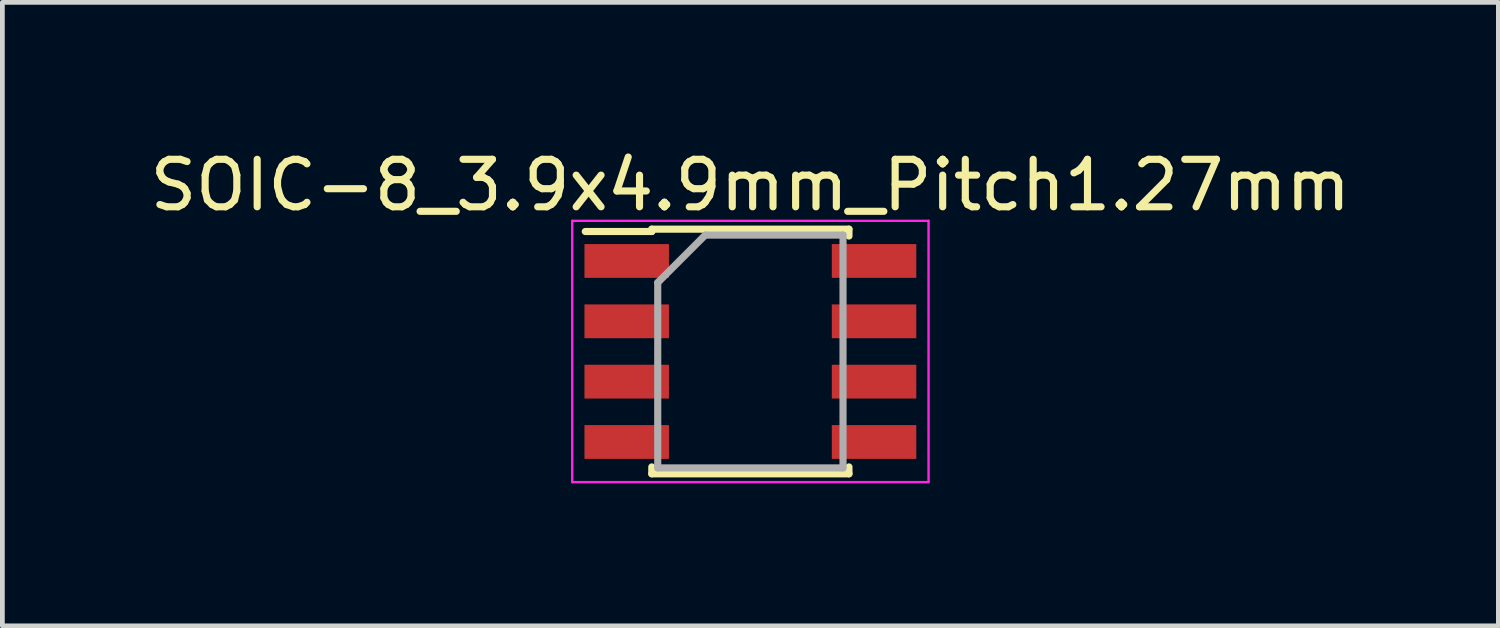
<source format=kicad_pcb>
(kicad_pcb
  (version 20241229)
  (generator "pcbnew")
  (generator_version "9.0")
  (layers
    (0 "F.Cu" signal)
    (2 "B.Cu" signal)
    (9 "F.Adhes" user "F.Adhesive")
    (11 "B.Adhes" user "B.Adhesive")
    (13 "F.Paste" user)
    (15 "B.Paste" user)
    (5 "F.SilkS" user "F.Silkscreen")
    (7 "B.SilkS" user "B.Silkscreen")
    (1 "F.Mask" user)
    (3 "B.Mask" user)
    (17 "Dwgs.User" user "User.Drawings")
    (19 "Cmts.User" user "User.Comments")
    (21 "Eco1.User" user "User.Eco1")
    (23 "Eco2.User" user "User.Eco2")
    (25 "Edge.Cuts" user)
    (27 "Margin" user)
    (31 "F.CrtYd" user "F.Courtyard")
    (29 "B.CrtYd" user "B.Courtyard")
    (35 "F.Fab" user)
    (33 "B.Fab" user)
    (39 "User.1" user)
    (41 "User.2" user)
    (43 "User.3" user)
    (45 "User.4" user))
  (footprint "SOIC-8_3.9x4.9mm_Pitch1.27mm"
    (layer "F.Cu")
    (at 12.744 4.348)
    (property "Reference" "SOIC-8_3.9x4.9mm_Pitch1.27mm" (at 0 -3.5 0) (layer "F.SilkS") (effects (font (size 1 1) (thickness 0.15))))
    (attr smd)
    (fp_line (start -2.075 -2.575) (end -2.075 -2.525) (stroke (width 0.15) (type solid)) (layer "F.SilkS"))
    (fp_line (start -2.075 -2.575) (end 2.075 -2.575) (stroke (width 0.15) (type solid)) (layer "F.SilkS"))
    (fp_line (start -2.075 -2.525) (end -3.475 -2.525) (stroke (width 0.15) (type solid)) (layer "F.SilkS"))
    (fp_line (start -2.075 2.575) (end -2.075 2.43) (stroke (width 0.15) (type solid)) (layer "F.SilkS"))
    (fp_line (start -2.075 2.575) (end 2.075 2.575) (stroke (width 0.15) (type solid)) (layer "F.SilkS"))
    (fp_line (start 2.075 -2.575) (end 2.075 -2.43) (stroke (width 0.15) (type solid)) (layer "F.SilkS"))
    (fp_line (start 2.075 2.575) (end 2.075 2.43) (stroke (width 0.15) (type solid)) (layer "F.SilkS"))
    (fp_line (start -3.75 -2.75) (end -3.75 2.75) (stroke (width 0.05) (type solid)) (layer "F.CrtYd"))
    (fp_line (start -3.75 -2.75) (end 3.75 -2.75) (stroke (width 0.05) (type solid)) (layer "F.CrtYd"))
    (fp_line (start -3.75 2.75) (end 3.75 2.75) (stroke (width 0.05) (type solid)) (layer "F.CrtYd"))
    (fp_line (start 3.75 -2.75) (end 3.75 2.75) (stroke (width 0.05) (type solid)) (layer "F.CrtYd"))
    (fp_line (start -1.95 -1.45) (end -0.95 -2.45) (stroke (width 0.15) (type solid)) (layer "F.Fab"))
    (fp_line (start -1.95 2.45) (end -1.95 -1.45) (stroke (width 0.15) (type solid)) (layer "F.Fab"))
    (fp_line (start -0.95 -2.45) (end 1.95 -2.45) (stroke (width 0.15) (type solid)) (layer "F.Fab"))
    (fp_line (start 1.95 -2.45) (end 1.95 2.45) (stroke (width 0.15) (type solid)) (layer "F.Fab"))
    (fp_line (start 1.95 2.45) (end -1.95 2.45) (stroke (width 0.15) (type solid)) (layer "F.Fab"))
    (pad "1" smd rect (at -2.603 -1.905) (size 1.778 0.711) (layers "F.Cu" "F.Mask" "F.Paste"))
    (pad "2" smd rect (at -2.603 -0.635) (size 1.778 0.711) (layers "F.Cu" "F.Mask" "F.Paste"))
    (pad "3" smd rect (at -2.603 0.635) (size 1.778 0.711) (layers "F.Cu" "F.Mask" "F.Paste"))
    (pad "4" smd rect (at -2.603 1.905) (size 1.778 0.711) (layers "F.Cu" "F.Mask" "F.Paste"))
    (pad "5" smd rect (at 2.603 1.905) (size 1.778 0.711) (layers "F.Cu" "F.Mask" "F.Paste"))
    (pad "6" smd rect (at 2.603 0.635) (size 1.778 0.711) (layers "F.Cu" "F.Mask" "F.Paste"))
    (pad "7" smd rect (at 2.603 -0.635) (size 1.778 0.711) (layers "F.Cu" "F.Mask" "F.Paste"))
    (pad "8" smd rect (at 2.603 -1.905) (size 1.778 0.711) (layers "F.Cu" "F.Mask" "F.Paste")))
  (gr_rect
    (start -3 -3)
    (end 28.488 10.123)
    (stroke (width 0.1) (type default))
    (fill no)
    (layer "Edge.Cuts")))
</source>
